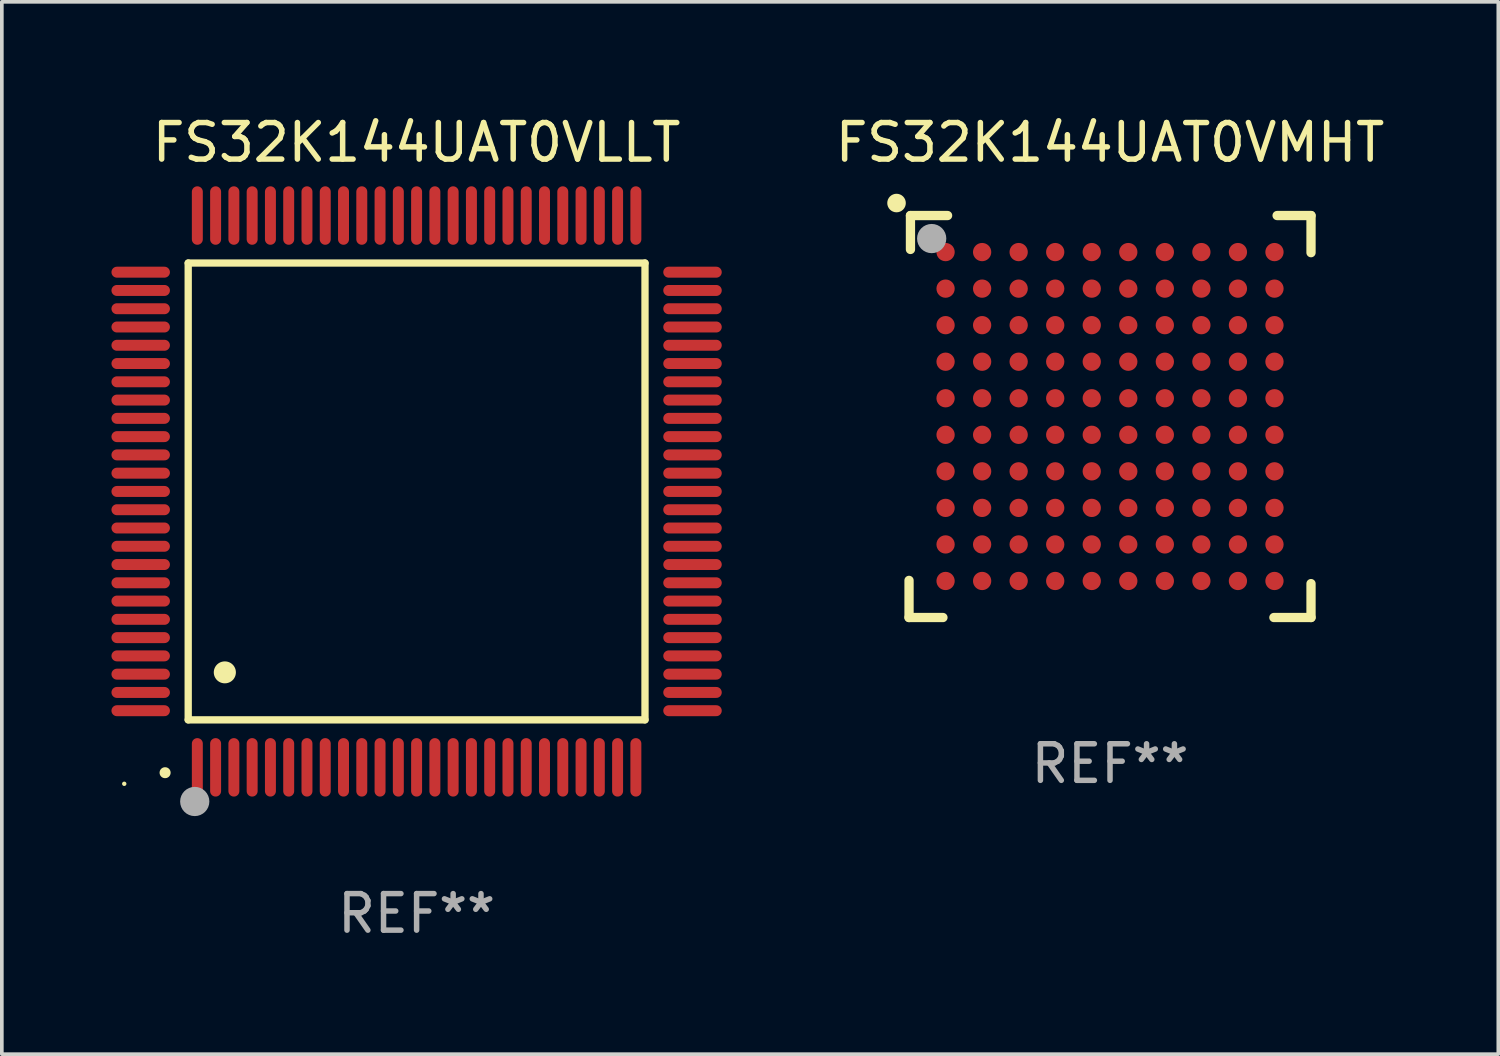
<source format=kicad_pcb>
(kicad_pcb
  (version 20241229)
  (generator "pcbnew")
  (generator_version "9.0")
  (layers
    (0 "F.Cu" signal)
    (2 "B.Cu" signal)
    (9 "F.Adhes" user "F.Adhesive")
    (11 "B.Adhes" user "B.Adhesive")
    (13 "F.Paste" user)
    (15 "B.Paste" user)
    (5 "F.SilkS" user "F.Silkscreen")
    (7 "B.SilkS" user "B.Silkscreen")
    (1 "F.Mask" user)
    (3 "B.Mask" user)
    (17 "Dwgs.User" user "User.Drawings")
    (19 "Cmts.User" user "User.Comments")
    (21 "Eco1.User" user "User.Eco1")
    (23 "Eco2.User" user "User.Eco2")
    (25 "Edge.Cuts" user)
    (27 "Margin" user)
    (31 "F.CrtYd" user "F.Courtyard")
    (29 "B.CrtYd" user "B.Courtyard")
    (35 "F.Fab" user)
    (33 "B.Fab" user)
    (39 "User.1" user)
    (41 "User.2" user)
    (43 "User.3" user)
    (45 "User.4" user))
  (footprint "FS32K144UAT0VMHT"
    (layer "F.Cu")
    (at 27.325 8.348)
    (property "Reference" "FS32K144UAT0VMHT" (at 0 -7.5 0) (layer "F.SilkS") (effects (font (size 1 1) (thickness 0.15))))
    (attr through_hole)
    (fp_line (start -5.5 5.5) (end -5.5 4.484) (stroke (width 0.254) (type solid)) (layer "F.SilkS"))
    (fp_line (start -5.461 -5.5) (end -4.445 -5.5) (stroke (width 0.254) (type solid)) (layer "F.SilkS"))
    (fp_line (start -5.461 -4.572) (end -5.461 -5.5) (stroke (width 0.254) (type solid)) (layer "F.SilkS"))
    (fp_line (start -4.572 5.5) (end -5.5 5.5) (stroke (width 0.254) (type solid)) (layer "F.SilkS"))
    (fp_line (start 4.572 -5.5) (end 5.5 -5.5) (stroke (width 0.254) (type solid)) (layer "F.SilkS"))
    (fp_line (start 5.5 -5.5) (end 5.5 -4.484) (stroke (width 0.254) (type solid)) (layer "F.SilkS"))
    (fp_line (start 5.5 4.572) (end 5.5 5.5) (stroke (width 0.254) (type solid)) (layer "F.SilkS"))
    (fp_line (start 5.5 5.5) (end 4.484 5.5) (stroke (width 0.254) (type solid)) (layer "F.SilkS"))
    (fp_circle (center -5.842 -5.842) (end -5.715 -5.842) (stroke (width 0.254) (type solid)) (fill no) (layer "F.SilkS"))
    (fp_circle (center -5.5 -5.5) (end -5.47 -5.5) (stroke (width 0.06) (type solid)) (fill no) (layer "F.SilkS"))
    (fp_circle (center -4.88 -4.87) (end -4.68 -4.87) (stroke (width 0.4) (type solid)) (fill no) (layer "F.Fab"))
    (fp_text user "REF**" (at 0 9.5 0) (layer "F.Fab") (effects (font (size 1 1) (thickness 0.15))))
    (pad "A1" smd circle (at -4.5 -4.5) (size 0.5 0.5) (layers "F.Cu" "F.Mask" "F.Paste"))
    (pad "A2" smd circle (at -3.5 -4.5) (size 0.5 0.5) (layers "F.Cu" "F.Mask" "F.Paste"))
    (pad "A3" smd circle (at -2.5 -4.5) (size 0.5 0.5) (layers "F.Cu" "F.Mask" "F.Paste"))
    (pad "A4" smd circle (at -1.5 -4.5) (size 0.5 0.5) (layers "F.Cu" "F.Mask" "F.Paste"))
    (pad "A5" smd circle (at -0.5 -4.5) (size 0.5 0.5) (layers "F.Cu" "F.Mask" "F.Paste"))
    (pad "A6" smd circle (at 0.5 -4.5) (size 0.5 0.5) (layers "F.Cu" "F.Mask" "F.Paste"))
    (pad "A7" smd circle (at 1.5 -4.5) (size 0.5 0.5) (layers "F.Cu" "F.Mask" "F.Paste"))
    (pad "A8" smd circle (at 2.5 -4.5) (size 0.5 0.5) (layers "F.Cu" "F.Mask" "F.Paste"))
    (pad "A9" smd circle (at 3.5 -4.5) (size 0.5 0.5) (layers "F.Cu" "F.Mask" "F.Paste"))
    (pad "A10" smd circle (at 4.5 -4.5) (size 0.5 0.5) (layers "F.Cu" "F.Mask" "F.Paste"))
    (pad "B1" smd circle (at -4.5 -3.5) (size 0.5 0.5) (layers "F.Cu" "F.Mask" "F.Paste"))
    (pad "B2" smd circle (at -3.5 -3.5) (size 0.5 0.5) (layers "F.Cu" "F.Mask" "F.Paste"))
    (pad "B3" smd circle (at -2.5 -3.5) (size 0.5 0.5) (layers "F.Cu" "F.Mask" "F.Paste"))
    (pad "B4" smd circle (at -1.5 -3.5) (size 0.5 0.5) (layers "F.Cu" "F.Mask" "F.Paste"))
    (pad "B5" smd circle (at -0.5 -3.5) (size 0.5 0.5) (layers "F.Cu" "F.Mask" "F.Paste"))
    (pad "B6" smd circle (at 0.5 -3.5) (size 0.5 0.5) (layers "F.Cu" "F.Mask" "F.Paste"))
    (pad "B7" smd circle (at 1.5 -3.5) (size 0.5 0.5) (layers "F.Cu" "F.Mask" "F.Paste"))
    (pad "B8" smd circle (at 2.5 -3.5) (size 0.5 0.5) (layers "F.Cu" "F.Mask" "F.Paste"))
    (pad "B9" smd circle (at 3.5 -3.5) (size 0.5 0.5) (layers "F.Cu" "F.Mask" "F.Paste"))
    (pad "B10" smd circle (at 4.5 -3.5) (size 0.5 0.5) (layers "F.Cu" "F.Mask" "F.Paste"))
    (pad "C1" smd circle (at -4.5 -2.5) (size 0.5 0.5) (layers "F.Cu" "F.Mask" "F.Paste"))
    (pad "C2" smd circle (at -3.5 -2.5) (size 0.5 0.5) (layers "F.Cu" "F.Mask" "F.Paste"))
    (pad "C3" smd circle (at -2.5 -2.5) (size 0.5 0.5) (layers "F.Cu" "F.Mask" "F.Paste"))
    (pad "C4" smd circle (at -1.5 -2.5) (size 0.5 0.5) (layers "F.Cu" "F.Mask" "F.Paste"))
    (pad "C5" smd circle (at -0.5 -2.5) (size 0.5 0.5) (layers "F.Cu" "F.Mask" "F.Paste"))
    (pad "C6" smd circle (at 0.5 -2.5) (size 0.5 0.5) (layers "F.Cu" "F.Mask" "F.Paste"))
    (pad "C7" smd circle (at 1.5 -2.5) (size 0.5 0.5) (layers "F.Cu" "F.Mask" "F.Paste"))
    (pad "C8" smd circle (at 2.5 -2.5) (size 0.5 0.5) (layers "F.Cu" "F.Mask" "F.Paste"))
    (pad "C9" smd circle (at 3.5 -2.5) (size 0.5 0.5) (layers "F.Cu" "F.Mask" "F.Paste"))
    (pad "C10" smd circle (at 4.5 -2.5) (size 0.5 0.5) (layers "F.Cu" "F.Mask" "F.Paste"))
    (pad "D1" smd circle (at -4.5 -1.5) (size 0.5 0.5) (layers "F.Cu" "F.Mask" "F.Paste"))
    (pad "D2" smd circle (at -3.5 -1.5) (size 0.5 0.5) (layers "F.Cu" "F.Mask" "F.Paste"))
    (pad "D3" smd circle (at -2.5 -1.5) (size 0.5 0.5) (layers "F.Cu" "F.Mask" "F.Paste"))
    (pad "D4" smd circle (at -1.5 -1.5) (size 0.5 0.5) (layers "F.Cu" "F.Mask" "F.Paste"))
    (pad "D5" smd circle (at -0.5 -1.5) (size 0.5 0.5) (layers "F.Cu" "F.Mask" "F.Paste"))
    (pad "D6" smd circle (at 0.5 -1.5) (size 0.5 0.5) (layers "F.Cu" "F.Mask" "F.Paste"))
    (pad "D7" smd circle (at 1.5 -1.5) (size 0.5 0.5) (layers "F.Cu" "F.Mask" "F.Paste"))
    (pad "D8" smd circle (at 2.5 -1.5) (size 0.5 0.5) (layers "F.Cu" "F.Mask" "F.Paste"))
    (pad "D9" smd circle (at 3.5 -1.5) (size 0.5 0.5) (layers "F.Cu" "F.Mask" "F.Paste"))
    (pad "D10" smd circle (at 4.5 -1.5) (size 0.5 0.5) (layers "F.Cu" "F.Mask" "F.Paste"))
    (pad "E1" smd circle (at -4.5 -0.5) (size 0.5 0.5) (layers "F.Cu" "F.Mask" "F.Paste"))
    (pad "E2" smd circle (at -3.5 -0.5) (size 0.5 0.5) (layers "F.Cu" "F.Mask" "F.Paste"))
    (pad "E3" smd circle (at -2.5 -0.5) (size 0.5 0.5) (layers "F.Cu" "F.Mask" "F.Paste"))
    (pad "E4" smd circle (at -1.5 -0.5) (size 0.5 0.5) (layers "F.Cu" "F.Mask" "F.Paste"))
    (pad "E5" smd circle (at -0.5 -0.5) (size 0.5 0.5) (layers "F.Cu" "F.Mask" "F.Paste"))
    (pad "E6" smd circle (at 0.5 -0.5) (size 0.5 0.5) (layers "F.Cu" "F.Mask" "F.Paste"))
    (pad "E7" smd circle (at 1.5 -0.5) (size 0.5 0.5) (layers "F.Cu" "F.Mask" "F.Paste"))
    (pad "E8" smd circle (at 2.5 -0.5) (size 0.5 0.5) (layers "F.Cu" "F.Mask" "F.Paste"))
    (pad "E9" smd circle (at 3.5 -0.5) (size 0.5 0.5) (layers "F.Cu" "F.Mask" "F.Paste"))
    (pad "E10" smd circle (at 4.5 -0.5) (size 0.5 0.5) (layers "F.Cu" "F.Mask" "F.Paste"))
    (pad "F1" smd circle (at -4.5 0.5) (size 0.5 0.5) (layers "F.Cu" "F.Mask" "F.Paste"))
    (pad "F2" smd circle (at -3.5 0.5) (size 0.5 0.5) (layers "F.Cu" "F.Mask" "F.Paste"))
    (pad "F3" smd circle (at -2.5 0.5) (size 0.5 0.5) (layers "F.Cu" "F.Mask" "F.Paste"))
    (pad "F4" smd circle (at -1.5 0.5) (size 0.5 0.5) (layers "F.Cu" "F.Mask" "F.Paste"))
    (pad "F5" smd circle (at -0.5 0.5) (size 0.5 0.5) (layers "F.Cu" "F.Mask" "F.Paste"))
    (pad "F6" smd circle (at 0.5 0.5) (size 0.5 0.5) (layers "F.Cu" "F.Mask" "F.Paste"))
    (pad "F7" smd circle (at 1.5 0.5) (size 0.5 0.5) (layers "F.Cu" "F.Mask" "F.Paste"))
    (pad "F8" smd circle (at 2.5 0.5) (size 0.5 0.5) (layers "F.Cu" "F.Mask" "F.Paste"))
    (pad "F9" smd circle (at 3.5 0.5) (size 0.5 0.5) (layers "F.Cu" "F.Mask" "F.Paste"))
    (pad "F10" smd circle (at 4.5 0.5) (size 0.5 0.5) (layers "F.Cu" "F.Mask" "F.Paste"))
    (pad "G1" smd circle (at -4.5 1.5) (size 0.5 0.5) (layers "F.Cu" "F.Mask" "F.Paste"))
    (pad "G2" smd circle (at -3.5 1.5) (size 0.5 0.5) (layers "F.Cu" "F.Mask" "F.Paste"))
    (pad "G3" smd circle (at -2.5 1.5) (size 0.5 0.5) (layers "F.Cu" "F.Mask" "F.Paste"))
    (pad "G4" smd circle (at -1.5 1.5) (size 0.5 0.5) (layers "F.Cu" "F.Mask" "F.Paste"))
    (pad "G5" smd circle (at -0.5 1.5) (size 0.5 0.5) (layers "F.Cu" "F.Mask" "F.Paste"))
    (pad "G6" smd circle (at 0.5 1.5) (size 0.5 0.5) (layers "F.Cu" "F.Mask" "F.Paste"))
    (pad "G7" smd circle (at 1.5 1.5) (size 0.5 0.5) (layers "F.Cu" "F.Mask" "F.Paste"))
    (pad "G8" smd circle (at 2.5 1.5) (size 0.5 0.5) (layers "F.Cu" "F.Mask" "F.Paste"))
    (pad "G9" smd circle (at 3.5 1.5) (size 0.5 0.5) (layers "F.Cu" "F.Mask" "F.Paste"))
    (pad "G10" smd circle (at 4.5 1.5) (size 0.5 0.5) (layers "F.Cu" "F.Mask" "F.Paste"))
    (pad "H1" smd circle (at -4.5 2.5) (size 0.5 0.5) (layers "F.Cu" "F.Mask" "F.Paste"))
    (pad "H2" smd circle (at -3.5 2.5) (size 0.5 0.5) (layers "F.Cu" "F.Mask" "F.Paste"))
    (pad "H3" smd circle (at -2.5 2.5) (size 0.5 0.5) (layers "F.Cu" "F.Mask" "F.Paste"))
    (pad "H4" smd circle (at -1.5 2.5) (size 0.5 0.5) (layers "F.Cu" "F.Mask" "F.Paste"))
    (pad "H5" smd circle (at -0.5 2.5) (size 0.5 0.5) (layers "F.Cu" "F.Mask" "F.Paste"))
    (pad "H6" smd circle (at 0.5 2.5) (size 0.5 0.5) (layers "F.Cu" "F.Mask" "F.Paste"))
    (pad "H7" smd circle (at 1.5 2.5) (size 0.5 0.5) (layers "F.Cu" "F.Mask" "F.Paste"))
    (pad "H8" smd circle (at 2.5 2.5) (size 0.5 0.5) (layers "F.Cu" "F.Mask" "F.Paste"))
    (pad "H9" smd circle (at 3.5 2.5) (size 0.5 0.5) (layers "F.Cu" "F.Mask" "F.Paste"))
    (pad "H10" smd circle (at 4.5 2.5) (size 0.5 0.5) (layers "F.Cu" "F.Mask" "F.Paste"))
    (pad "J1" smd circle (at -4.5 3.5) (size 0.5 0.5) (layers "F.Cu" "F.Mask" "F.Paste"))
    (pad "J2" smd circle (at -3.5 3.5) (size 0.5 0.5) (layers "F.Cu" "F.Mask" "F.Paste"))
    (pad "J3" smd circle (at -2.5 3.5) (size 0.5 0.5) (layers "F.Cu" "F.Mask" "F.Paste"))
    (pad "J4" smd circle (at -1.5 3.5) (size 0.5 0.5) (layers "F.Cu" "F.Mask" "F.Paste"))
    (pad "J5" smd circle (at -0.5 3.5) (size 0.5 0.5) (layers "F.Cu" "F.Mask" "F.Paste"))
    (pad "J6" smd circle (at 0.5 3.5) (size 0.5 0.5) (layers "F.Cu" "F.Mask" "F.Paste"))
    (pad "J7" smd circle (at 1.5 3.5) (size 0.5 0.5) (layers "F.Cu" "F.Mask" "F.Paste"))
    (pad "J8" smd circle (at 2.5 3.5) (size 0.5 0.5) (layers "F.Cu" "F.Mask" "F.Paste"))
    (pad "J9" smd circle (at 3.5 3.5) (size 0.5 0.5) (layers "F.Cu" "F.Mask" "F.Paste"))
    (pad "J10" smd circle (at 4.5 3.5) (size 0.5 0.5) (layers "F.Cu" "F.Mask" "F.Paste"))
    (pad "K1" smd circle (at -4.5 4.5) (size 0.5 0.5) (layers "F.Cu" "F.Mask" "F.Paste"))
    (pad "K2" smd circle (at -3.5 4.5) (size 0.5 0.5) (layers "F.Cu" "F.Mask" "F.Paste"))
    (pad "K3" smd circle (at -2.5 4.5) (size 0.5 0.5) (layers "F.Cu" "F.Mask" "F.Paste"))
    (pad "K4" smd circle (at -1.5 4.5) (size 0.5 0.5) (layers "F.Cu" "F.Mask" "F.Paste"))
    (pad "K5" smd circle (at -0.5 4.5) (size 0.5 0.5) (layers "F.Cu" "F.Mask" "F.Paste"))
    (pad "K6" smd circle (at 0.5 4.5) (size 0.5 0.5) (layers "F.Cu" "F.Mask" "F.Paste"))
    (pad "K7" smd circle (at 1.5 4.5) (size 0.5 0.5) (layers "F.Cu" "F.Mask" "F.Paste"))
    (pad "K8" smd circle (at 2.5 4.5) (size 0.5 0.5) (layers "F.Cu" "F.Mask" "F.Paste"))
    (pad "K9" smd circle (at 3.5 4.5) (size 0.5 0.5) (layers "F.Cu" "F.Mask" "F.Paste"))
    (pad "K10" smd circle (at 4.5 4.5) (size 0.5 0.5) (layers "F.Cu" "F.Mask" "F.Paste")))
  (footprint "FS32K144UAT0VLLT"
    (layer "F.Cu")
    (at 8.35 10.398)
    (property "Reference" "FS32K144UAT0VLLT" (at 0 -9.55 0) (layer "F.SilkS") (effects (font (size 1 1) (thickness 0.15))))
    (attr through_hole)
    (fp_line (start -6.25 -6.25) (end -6.25 6.25) (stroke (width 0.2) (type solid)) (layer "F.SilkS"))
    (fp_line (start -6.25 6.25) (end 6.25 6.25) (stroke (width 0.2) (type solid)) (layer "F.SilkS"))
    (fp_line (start 6.25 -6.25) (end -6.25 -6.25) (stroke (width 0.2) (type solid)) (layer "F.SilkS"))
    (fp_line (start 6.25 6.25) (end 6.25 -6.25) (stroke (width 0.2) (type solid)) (layer "F.SilkS"))
    (fp_arc (start -6.883414 7.696215) (mid -6.882144 7.69621) (end -6.880874 7.696215) (stroke (width 0.3) (type solid)) (layer "F.SilkS"))
    (fp_arc (start -5.250191 4.95047) (mid -5.247651 4.950459) (end -5.245111 4.95047) (stroke (width 0.6) (type solid)) (layer "F.SilkS"))
    (fp_circle (center -8 8) (end -7.97 8) (stroke (width 0.06) (type solid)) (fill no) (layer "F.SilkS"))
    (fp_circle (center -6.071 8.484) (end -5.871 8.484) (stroke (width 0.4) (type solid)) (fill no) (layer "F.Fab"))
    (fp_text user "REF**" (at 0 11.55 0) (layer "F.Fab") (effects (font (size 1 1) (thickness 0.15))))
    (pad "1" smd oval (at -6 7.55) (size 0.3 1.6) (layers "F.Cu" "F.Mask" "F.Paste"))
    (pad "2" smd oval (at -5.5 7.55) (size 0.3 1.6) (layers "F.Cu" "F.Mask" "F.Paste"))
    (pad "3" smd oval (at -5 7.55) (size 0.3 1.6) (layers "F.Cu" "F.Mask" "F.Paste"))
    (pad "4" smd oval (at -4.5 7.55) (size 0.3 1.6) (layers "F.Cu" "F.Mask" "F.Paste"))
    (pad "5" smd oval (at -4 7.55) (size 0.3 1.6) (layers "F.Cu" "F.Mask" "F.Paste"))
    (pad "6" smd oval (at -3.5 7.55) (size 0.3 1.6) (layers "F.Cu" "F.Mask" "F.Paste"))
    (pad "7" smd oval (at -3 7.55) (size 0.3 1.6) (layers "F.Cu" "F.Mask" "F.Paste"))
    (pad "8" smd oval (at -2.5 7.55) (size 0.3 1.6) (layers "F.Cu" "F.Mask" "F.Paste"))
    (pad "9" smd oval (at -2 7.55) (size 0.3 1.6) (layers "F.Cu" "F.Mask" "F.Paste"))
    (pad "10" smd oval (at -1.5 7.55) (size 0.3 1.6) (layers "F.Cu" "F.Mask" "F.Paste"))
    (pad "11" smd oval (at -1 7.55) (size 0.3 1.6) (layers "F.Cu" "F.Mask" "F.Paste"))
    (pad "12" smd oval (at -0.5 7.55) (size 0.3 1.6) (layers "F.Cu" "F.Mask" "F.Paste"))
    (pad "13" smd oval (at 0 7.55) (size 0.3 1.6) (layers "F.Cu" "F.Mask" "F.Paste"))
    (pad "14" smd oval (at 0.5 7.55) (size 0.3 1.6) (layers "F.Cu" "F.Mask" "F.Paste"))
    (pad "15" smd oval (at 1 7.55) (size 0.3 1.6) (layers "F.Cu" "F.Mask" "F.Paste"))
    (pad "16" smd oval (at 1.5 7.55) (size 0.3 1.6) (layers "F.Cu" "F.Mask" "F.Paste"))
    (pad "17" smd oval (at 2 7.55) (size 0.3 1.6) (layers "F.Cu" "F.Mask" "F.Paste"))
    (pad "18" smd oval (at 2.5 7.55) (size 0.3 1.6) (layers "F.Cu" "F.Mask" "F.Paste"))
    (pad "19" smd oval (at 3 7.55) (size 0.3 1.6) (layers "F.Cu" "F.Mask" "F.Paste"))
    (pad "20" smd oval (at 3.5 7.55) (size 0.3 1.6) (layers "F.Cu" "F.Mask" "F.Paste"))
    (pad "21" smd oval (at 4 7.55) (size 0.3 1.6) (layers "F.Cu" "F.Mask" "F.Paste"))
    (pad "22" smd oval (at 4.5 7.55) (size 0.3 1.6) (layers "F.Cu" "F.Mask" "F.Paste"))
    (pad "23" smd oval (at 5 7.55) (size 0.3 1.6) (layers "F.Cu" "F.Mask" "F.Paste"))
    (pad "24" smd oval (at 5.5 7.55) (size 0.3 1.6) (layers "F.Cu" "F.Mask" "F.Paste"))
    (pad "25" smd oval (at 6 7.55) (size 0.3 1.6) (layers "F.Cu" "F.Mask" "F.Paste"))
    (pad "26" smd oval (at 7.55 6) (size 1.6 0.3) (layers "F.Cu" "F.Mask" "F.Paste"))
    (pad "27" smd oval (at 7.55 5.5) (size 1.6 0.3) (layers "F.Cu" "F.Mask" "F.Paste"))
    (pad "28" smd oval (at 7.55 5) (size 1.6 0.3) (layers "F.Cu" "F.Mask" "F.Paste"))
    (pad "29" smd oval (at 7.55 4.5) (size 1.6 0.3) (layers "F.Cu" "F.Mask" "F.Paste"))
    (pad "30" smd oval (at 7.55 4) (size 1.6 0.3) (layers "F.Cu" "F.Mask" "F.Paste"))
    (pad "31" smd oval (at 7.55 3.5) (size 1.6 0.3) (layers "F.Cu" "F.Mask" "F.Paste"))
    (pad "32" smd oval (at 7.55 3) (size 1.6 0.3) (layers "F.Cu" "F.Mask" "F.Paste"))
    (pad "33" smd oval (at 7.55 2.5) (size 1.6 0.3) (layers "F.Cu" "F.Mask" "F.Paste"))
    (pad "34" smd oval (at 7.55 2) (size 1.6 0.3) (layers "F.Cu" "F.Mask" "F.Paste"))
    (pad "35" smd oval (at 7.55 1.5) (size 1.6 0.3) (layers "F.Cu" "F.Mask" "F.Paste"))
    (pad "36" smd oval (at 7.55 1) (size 1.6 0.3) (layers "F.Cu" "F.Mask" "F.Paste"))
    (pad "37" smd oval (at 7.55 0.5) (size 1.6 0.3) (layers "F.Cu" "F.Mask" "F.Paste"))
    (pad "38" smd oval (at 7.55 0) (size 1.6 0.3) (layers "F.Cu" "F.Mask" "F.Paste"))
    (pad "39" smd oval (at 7.55 -0.5) (size 1.6 0.3) (layers "F.Cu" "F.Mask" "F.Paste"))
    (pad "40" smd oval (at 7.55 -1) (size 1.6 0.3) (layers "F.Cu" "F.Mask" "F.Paste"))
    (pad "41" smd oval (at 7.55 -1.5) (size 1.6 0.3) (layers "F.Cu" "F.Mask" "F.Paste"))
    (pad "42" smd oval (at 7.55 -2) (size 1.6 0.3) (layers "F.Cu" "F.Mask" "F.Paste"))
    (pad "43" smd oval (at 7.55 -2.5) (size 1.6 0.3) (layers "F.Cu" "F.Mask" "F.Paste"))
    (pad "44" smd oval (at 7.55 -3) (size 1.6 0.3) (layers "F.Cu" "F.Mask" "F.Paste"))
    (pad "45" smd oval (at 7.55 -3.5) (size 1.6 0.3) (layers "F.Cu" "F.Mask" "F.Paste"))
    (pad "46" smd oval (at 7.55 -4) (size 1.6 0.3) (layers "F.Cu" "F.Mask" "F.Paste"))
    (pad "47" smd oval (at 7.55 -4.5) (size 1.6 0.3) (layers "F.Cu" "F.Mask" "F.Paste"))
    (pad "48" smd oval (at 7.55 -5) (size 1.6 0.3) (layers "F.Cu" "F.Mask" "F.Paste"))
    (pad "49" smd oval (at 7.55 -5.5) (size 1.6 0.3) (layers "F.Cu" "F.Mask" "F.Paste"))
    (pad "50" smd oval (at 7.55 -6) (size 1.6 0.3) (layers "F.Cu" "F.Mask" "F.Paste"))
    (pad "51" smd oval (at 6 -7.55) (size 0.3 1.6) (layers "F.Cu" "F.Mask" "F.Paste"))
    (pad "52" smd oval (at 5.5 -7.55) (size 0.3 1.6) (layers "F.Cu" "F.Mask" "F.Paste"))
    (pad "53" smd oval (at 5 -7.55) (size 0.3 1.6) (layers "F.Cu" "F.Mask" "F.Paste"))
    (pad "54" smd oval (at 4.5 -7.55) (size 0.3 1.6) (layers "F.Cu" "F.Mask" "F.Paste"))
    (pad "55" smd oval (at 4 -7.55) (size 0.3 1.6) (layers "F.Cu" "F.Mask" "F.Paste"))
    (pad "56" smd oval (at 3.5 -7.55) (size 0.3 1.6) (layers "F.Cu" "F.Mask" "F.Paste"))
    (pad "57" smd oval (at 3 -7.55) (size 0.3 1.6) (layers "F.Cu" "F.Mask" "F.Paste"))
    (pad "58" smd oval (at 2.5 -7.55) (size 0.3 1.6) (layers "F.Cu" "F.Mask" "F.Paste"))
    (pad "59" smd oval (at 2 -7.55) (size 0.3 1.6) (layers "F.Cu" "F.Mask" "F.Paste"))
    (pad "60" smd oval (at 1.5 -7.55) (size 0.3 1.6) (layers "F.Cu" "F.Mask" "F.Paste"))
    (pad "61" smd oval (at 1 -7.55) (size 0.3 1.6) (layers "F.Cu" "F.Mask" "F.Paste"))
    (pad "62" smd oval (at 0.5 -7.55) (size 0.3 1.6) (layers "F.Cu" "F.Mask" "F.Paste"))
    (pad "63" smd oval (at 0 -7.55) (size 0.3 1.6) (layers "F.Cu" "F.Mask" "F.Paste"))
    (pad "64" smd oval (at -0.5 -7.55) (size 0.3 1.6) (layers "F.Cu" "F.Mask" "F.Paste"))
    (pad "65" smd oval (at -1 -7.55) (size 0.3 1.6) (layers "F.Cu" "F.Mask" "F.Paste"))
    (pad "66" smd oval (at -1.5 -7.55) (size 0.3 1.6) (layers "F.Cu" "F.Mask" "F.Paste"))
    (pad "67" smd oval (at -2 -7.55) (size 0.3 1.6) (layers "F.Cu" "F.Mask" "F.Paste"))
    (pad "68" smd oval (at -2.5 -7.55) (size 0.3 1.6) (layers "F.Cu" "F.Mask" "F.Paste"))
    (pad "69" smd oval (at -3 -7.55) (size 0.3 1.6) (layers "F.Cu" "F.Mask" "F.Paste"))
    (pad "70" smd oval (at -3.5 -7.55) (size 0.3 1.6) (layers "F.Cu" "F.Mask" "F.Paste"))
    (pad "71" smd oval (at -4 -7.55) (size 0.3 1.6) (layers "F.Cu" "F.Mask" "F.Paste"))
    (pad "72" smd oval (at -4.5 -7.55) (size 0.3 1.6) (layers "F.Cu" "F.Mask" "F.Paste"))
    (pad "73" smd oval (at -5 -7.55) (size 0.3 1.6) (layers "F.Cu" "F.Mask" "F.Paste"))
    (pad "74" smd oval (at -5.5 -7.55) (size 0.3 1.6) (layers "F.Cu" "F.Mask" "F.Paste"))
    (pad "75" smd oval (at -6 -7.55) (size 0.3 1.6) (layers "F.Cu" "F.Mask" "F.Paste"))
    (pad "76" smd oval (at -7.55 -6) (size 1.6 0.3) (layers "F.Cu" "F.Mask" "F.Paste"))
    (pad "77" smd oval (at -7.55 -5.5) (size 1.6 0.3) (layers "F.Cu" "F.Mask" "F.Paste"))
    (pad "78" smd oval (at -7.55 -5) (size 1.6 0.3) (layers "F.Cu" "F.Mask" "F.Paste"))
    (pad "79" smd oval (at -7.55 -4.5) (size 1.6 0.3) (layers "F.Cu" "F.Mask" "F.Paste"))
    (pad "80" smd oval (at -7.55 -4) (size 1.6 0.3) (layers "F.Cu" "F.Mask" "F.Paste"))
    (pad "81" smd oval (at -7.55 -3.5) (size 1.6 0.3) (layers "F.Cu" "F.Mask" "F.Paste"))
    (pad "82" smd oval (at -7.55 -3) (size 1.6 0.3) (layers "F.Cu" "F.Mask" "F.Paste"))
    (pad "83" smd oval (at -7.55 -2.5) (size 1.6 0.3) (layers "F.Cu" "F.Mask" "F.Paste"))
    (pad "84" smd oval (at -7.55 -2) (size 1.6 0.3) (layers "F.Cu" "F.Mask" "F.Paste"))
    (pad "85" smd oval (at -7.55 -1.5) (size 1.6 0.3) (layers "F.Cu" "F.Mask" "F.Paste"))
    (pad "86" smd oval (at -7.55 -1) (size 1.6 0.3) (layers "F.Cu" "F.Mask" "F.Paste"))
    (pad "87" smd oval (at -7.55 -0.5) (size 1.6 0.3) (layers "F.Cu" "F.Mask" "F.Paste"))
    (pad "88" smd oval (at -7.55 0) (size 1.6 0.3) (layers "F.Cu" "F.Mask" "F.Paste"))
    (pad "89" smd oval (at -7.55 0.5) (size 1.6 0.3) (layers "F.Cu" "F.Mask" "F.Paste"))
    (pad "90" smd oval (at -7.55 1) (size 1.6 0.3) (layers "F.Cu" "F.Mask" "F.Paste"))
    (pad "91" smd oval (at -7.55 1.5) (size 1.6 0.3) (layers "F.Cu" "F.Mask" "F.Paste"))
    (pad "92" smd oval (at -7.55 2) (size 1.6 0.3) (layers "F.Cu" "F.Mask" "F.Paste"))
    (pad "93" smd oval (at -7.55 2.5) (size 1.6 0.3) (layers "F.Cu" "F.Mask" "F.Paste"))
    (pad "94" smd oval (at -7.55 3) (size 1.6 0.3) (layers "F.Cu" "F.Mask" "F.Paste"))
    (pad "95" smd oval (at -7.55 3.5) (size 1.6 0.3) (layers "F.Cu" "F.Mask" "F.Paste"))
    (pad "96" smd oval (at -7.55 4) (size 1.6 0.3) (layers "F.Cu" "F.Mask" "F.Paste"))
    (pad "97" smd oval (at -7.55 4.5) (size 1.6 0.3) (layers "F.Cu" "F.Mask" "F.Paste"))
    (pad "98" smd oval (at -7.55 5) (size 1.6 0.3) (layers "F.Cu" "F.Mask" "F.Paste"))
    (pad "99" smd oval (at -7.55 5.5) (size 1.6 0.3) (layers "F.Cu" "F.Mask" "F.Paste"))
    (pad "100" smd oval (at -7.55 6) (size 1.6 0.3) (layers "F.Cu" "F.Mask" "F.Paste")))
  (gr_rect
    (start -3 -3)
    (end 37.95 25.796)
    (stroke (width 0.1) (type default))
    (fill no)
    (layer "Edge.Cuts")))
</source>
